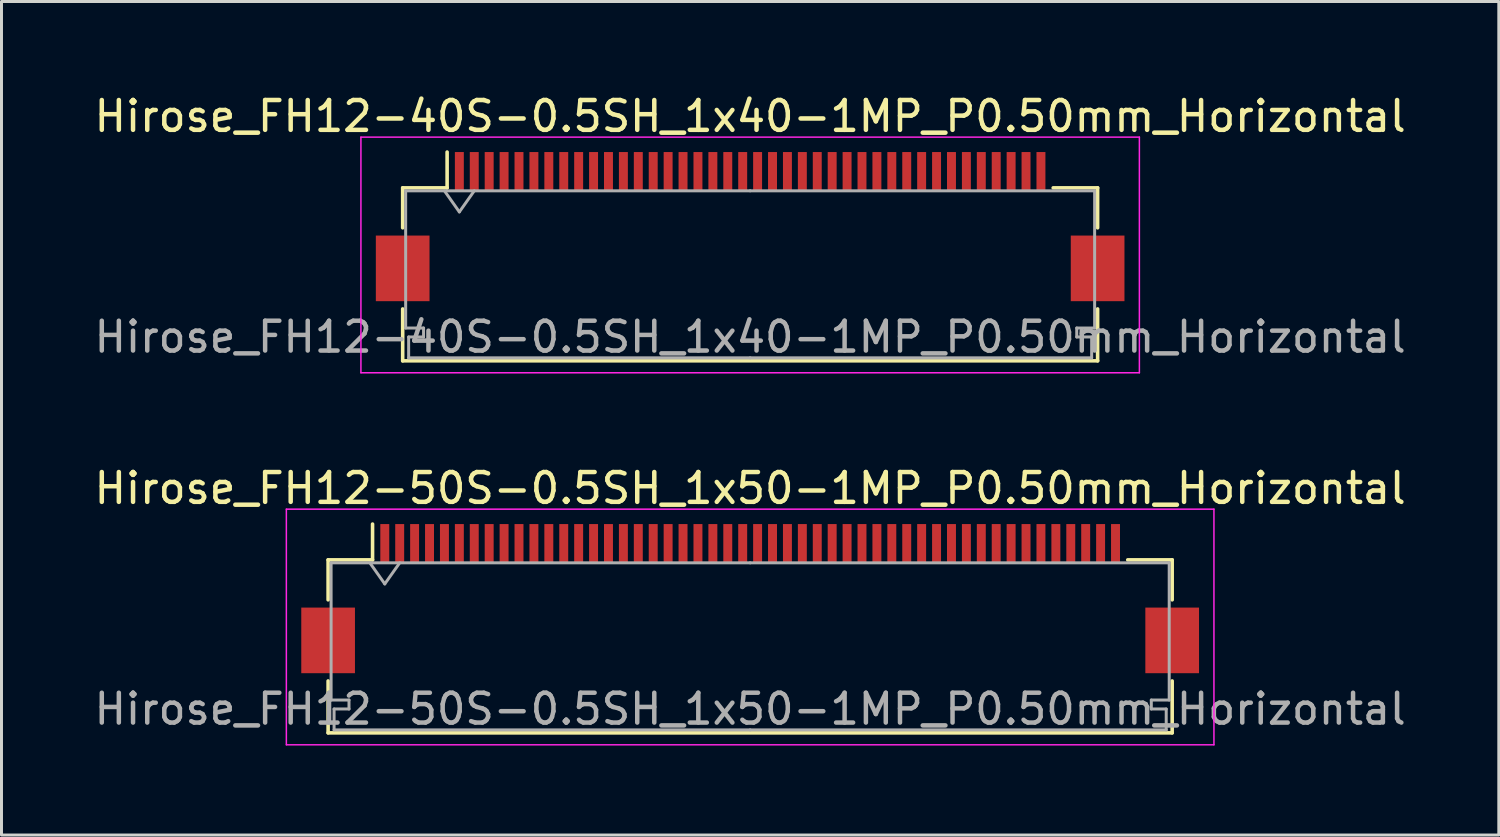
<source format=kicad_pcb>
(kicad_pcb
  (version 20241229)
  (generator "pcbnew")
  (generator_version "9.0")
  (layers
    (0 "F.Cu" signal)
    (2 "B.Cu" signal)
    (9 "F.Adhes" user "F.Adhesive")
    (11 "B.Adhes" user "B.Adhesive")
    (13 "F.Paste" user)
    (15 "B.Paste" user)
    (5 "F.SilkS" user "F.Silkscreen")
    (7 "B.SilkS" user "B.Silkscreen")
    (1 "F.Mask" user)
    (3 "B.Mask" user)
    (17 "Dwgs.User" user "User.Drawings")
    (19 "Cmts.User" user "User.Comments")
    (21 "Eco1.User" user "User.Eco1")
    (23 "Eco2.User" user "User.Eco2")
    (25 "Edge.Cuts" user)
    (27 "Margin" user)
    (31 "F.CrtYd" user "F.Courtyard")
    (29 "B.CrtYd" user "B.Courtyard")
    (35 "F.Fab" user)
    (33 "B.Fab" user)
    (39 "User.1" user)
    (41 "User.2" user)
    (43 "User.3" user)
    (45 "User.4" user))
  (footprint "Hirose_FH12-50S-0.5SH_1x50-1MP_P0.50mm_Horizontal"
    (layer "F.Cu")
    (at 22.101 17.021)
    (property "Reference" "Hirose_FH12-50S-0.5SH_1x50-1MP_P0.50mm_Horizontal" (at 0 -3.7 0) (layer "F.SilkS") (effects (font (size 1 1) (thickness 0.15))))
    (attr smd)
    (fp_line (start -14.15 -1.3) (end -14.15 0.04) (stroke (width 0.12) (type solid)) (layer "F.SilkS"))
    (fp_line (start -14.15 2.76) (end -14.15 4.5) (stroke (width 0.12) (type solid)) (layer "F.SilkS"))
    (fp_line (start -14.15 4.5) (end 14.15 4.5) (stroke (width 0.12) (type solid)) (layer "F.SilkS"))
    (fp_line (start -12.66 -1.3) (end -14.15 -1.3) (stroke (width 0.12) (type solid)) (layer "F.SilkS"))
    (fp_line (start -12.66 -1.3) (end -12.66 -2.5) (stroke (width 0.12) (type solid)) (layer "F.SilkS"))
    (fp_line (start 12.66 -1.3) (end 14.15 -1.3) (stroke (width 0.12) (type solid)) (layer "F.SilkS"))
    (fp_line (start 14.15 -1.3) (end 14.15 0.04) (stroke (width 0.12) (type solid)) (layer "F.SilkS"))
    (fp_line (start 14.15 4.5) (end 14.15 2.76) (stroke (width 0.12) (type solid)) (layer "F.SilkS"))
    (fp_line (start -15.55 -3) (end -15.55 4.9) (stroke (width 0.05) (type solid)) (layer "F.CrtYd"))
    (fp_line (start -15.55 4.9) (end 15.55 4.9) (stroke (width 0.05) (type solid)) (layer "F.CrtYd"))
    (fp_line (start 15.55 -3) (end -15.55 -3) (stroke (width 0.05) (type solid)) (layer "F.CrtYd"))
    (fp_line (start 15.55 4.9) (end 15.55 -3) (stroke (width 0.05) (type solid)) (layer "F.CrtYd"))
    (fp_line (start -14.05 -1.2) (end -14.05 3.4) (stroke (width 0.1) (type solid)) (layer "F.Fab"))
    (fp_line (start -14.05 3.4) (end -13.45 3.4) (stroke (width 0.1) (type solid)) (layer "F.Fab"))
    (fp_line (start -13.95 3.7) (end -13.95 4.4) (stroke (width 0.1) (type solid)) (layer "F.Fab"))
    (fp_line (start -13.95 4.4) (end 0 4.4) (stroke (width 0.1) (type solid)) (layer "F.Fab"))
    (fp_line (start -13.45 3.4) (end -13.45 3.7) (stroke (width 0.1) (type solid)) (layer "F.Fab"))
    (fp_line (start -13.45 3.7) (end -13.95 3.7) (stroke (width 0.1) (type solid)) (layer "F.Fab"))
    (fp_line (start -12.75 -1.2) (end -12.25 -0.493) (stroke (width 0.1) (type solid)) (layer "F.Fab"))
    (fp_line (start -12.25 -0.493) (end -11.75 -1.2) (stroke (width 0.1) (type solid)) (layer "F.Fab"))
    (fp_line (start 0 -1.2) (end -14.05 -1.2) (stroke (width 0.1) (type solid)) (layer "F.Fab"))
    (fp_line (start 0 -1.2) (end 14.05 -1.2) (stroke (width 0.1) (type solid)) (layer "F.Fab"))
    (fp_line (start 13.45 3.4) (end 13.45 3.7) (stroke (width 0.1) (type solid)) (layer "F.Fab"))
    (fp_line (start 13.45 3.7) (end 13.95 3.7) (stroke (width 0.1) (type solid)) (layer "F.Fab"))
    (fp_line (start 13.95 3.7) (end 13.95 4.4) (stroke (width 0.1) (type solid)) (layer "F.Fab"))
    (fp_line (start 13.95 4.4) (end 0 4.4) (stroke (width 0.1) (type solid)) (layer "F.Fab"))
    (fp_line (start 14.05 -1.2) (end 14.05 3.4) (stroke (width 0.1) (type solid)) (layer "F.Fab"))
    (fp_line (start 14.05 3.4) (end 13.45 3.4) (stroke (width 0.1) (type solid)) (layer "F.Fab"))
    (fp_text user "${REFERENCE}" (at 0 3.7 0) (layer "F.Fab") (effects (font (size 1 1) (thickness 0.15))))
    (pad "1" smd rect (at -12.25 -1.85) (size 0.3 1.3) (layers "F.Cu" "F.Mask" "F.Paste"))
    (pad "2" smd rect (at -11.75 -1.85) (size 0.3 1.3) (layers "F.Cu" "F.Mask" "F.Paste"))
    (pad "3" smd rect (at -11.25 -1.85) (size 0.3 1.3) (layers "F.Cu" "F.Mask" "F.Paste"))
    (pad "4" smd rect (at -10.75 -1.85) (size 0.3 1.3) (layers "F.Cu" "F.Mask" "F.Paste"))
    (pad "5" smd rect (at -10.25 -1.85) (size 0.3 1.3) (layers "F.Cu" "F.Mask" "F.Paste"))
    (pad "6" smd rect (at -9.75 -1.85) (size 0.3 1.3) (layers "F.Cu" "F.Mask" "F.Paste"))
    (pad "7" smd rect (at -9.25 -1.85) (size 0.3 1.3) (layers "F.Cu" "F.Mask" "F.Paste"))
    (pad "8" smd rect (at -8.75 -1.85) (size 0.3 1.3) (layers "F.Cu" "F.Mask" "F.Paste"))
    (pad "9" smd rect (at -8.25 -1.85) (size 0.3 1.3) (layers "F.Cu" "F.Mask" "F.Paste"))
    (pad "10" smd rect (at -7.75 -1.85) (size 0.3 1.3) (layers "F.Cu" "F.Mask" "F.Paste"))
    (pad "11" smd rect (at -7.25 -1.85) (size 0.3 1.3) (layers "F.Cu" "F.Mask" "F.Paste"))
    (pad "12" smd rect (at -6.75 -1.85) (size 0.3 1.3) (layers "F.Cu" "F.Mask" "F.Paste"))
    (pad "13" smd rect (at -6.25 -1.85) (size 0.3 1.3) (layers "F.Cu" "F.Mask" "F.Paste"))
    (pad "14" smd rect (at -5.75 -1.85) (size 0.3 1.3) (layers "F.Cu" "F.Mask" "F.Paste"))
    (pad "15" smd rect (at -5.25 -1.85) (size 0.3 1.3) (layers "F.Cu" "F.Mask" "F.Paste"))
    (pad "16" smd rect (at -4.75 -1.85) (size 0.3 1.3) (layers "F.Cu" "F.Mask" "F.Paste"))
    (pad "17" smd rect (at -4.25 -1.85) (size 0.3 1.3) (layers "F.Cu" "F.Mask" "F.Paste"))
    (pad "18" smd rect (at -3.75 -1.85) (size 0.3 1.3) (layers "F.Cu" "F.Mask" "F.Paste"))
    (pad "19" smd rect (at -3.25 -1.85) (size 0.3 1.3) (layers "F.Cu" "F.Mask" "F.Paste"))
    (pad "20" smd rect (at -2.75 -1.85) (size 0.3 1.3) (layers "F.Cu" "F.Mask" "F.Paste"))
    (pad "21" smd rect (at -2.25 -1.85) (size 0.3 1.3) (layers "F.Cu" "F.Mask" "F.Paste"))
    (pad "22" smd rect (at -1.75 -1.85) (size 0.3 1.3) (layers "F.Cu" "F.Mask" "F.Paste"))
    (pad "23" smd rect (at -1.25 -1.85) (size 0.3 1.3) (layers "F.Cu" "F.Mask" "F.Paste"))
    (pad "24" smd rect (at -0.75 -1.85) (size 0.3 1.3) (layers "F.Cu" "F.Mask" "F.Paste"))
    (pad "25" smd rect (at -0.25 -1.85) (size 0.3 1.3) (layers "F.Cu" "F.Mask" "F.Paste"))
    (pad "26" smd rect (at 0.25 -1.85) (size 0.3 1.3) (layers "F.Cu" "F.Mask" "F.Paste"))
    (pad "27" smd rect (at 0.75 -1.85) (size 0.3 1.3) (layers "F.Cu" "F.Mask" "F.Paste"))
    (pad "28" smd rect (at 1.25 -1.85) (size 0.3 1.3) (layers "F.Cu" "F.Mask" "F.Paste"))
    (pad "29" smd rect (at 1.75 -1.85) (size 0.3 1.3) (layers "F.Cu" "F.Mask" "F.Paste"))
    (pad "30" smd rect (at 2.25 -1.85) (size 0.3 1.3) (layers "F.Cu" "F.Mask" "F.Paste"))
    (pad "31" smd rect (at 2.75 -1.85) (size 0.3 1.3) (layers "F.Cu" "F.Mask" "F.Paste"))
    (pad "32" smd rect (at 3.25 -1.85) (size 0.3 1.3) (layers "F.Cu" "F.Mask" "F.Paste"))
    (pad "33" smd rect (at 3.75 -1.85) (size 0.3 1.3) (layers "F.Cu" "F.Mask" "F.Paste"))
    (pad "34" smd rect (at 4.25 -1.85) (size 0.3 1.3) (layers "F.Cu" "F.Mask" "F.Paste"))
    (pad "35" smd rect (at 4.75 -1.85) (size 0.3 1.3) (layers "F.Cu" "F.Mask" "F.Paste"))
    (pad "36" smd rect (at 5.25 -1.85) (size 0.3 1.3) (layers "F.Cu" "F.Mask" "F.Paste"))
    (pad "37" smd rect (at 5.75 -1.85) (size 0.3 1.3) (layers "F.Cu" "F.Mask" "F.Paste"))
    (pad "38" smd rect (at 6.25 -1.85) (size 0.3 1.3) (layers "F.Cu" "F.Mask" "F.Paste"))
    (pad "39" smd rect (at 6.75 -1.85) (size 0.3 1.3) (layers "F.Cu" "F.Mask" "F.Paste"))
    (pad "40" smd rect (at 7.25 -1.85) (size 0.3 1.3) (layers "F.Cu" "F.Mask" "F.Paste"))
    (pad "41" smd rect (at 7.75 -1.85) (size 0.3 1.3) (layers "F.Cu" "F.Mask" "F.Paste"))
    (pad "42" smd rect (at 8.25 -1.85) (size 0.3 1.3) (layers "F.Cu" "F.Mask" "F.Paste"))
    (pad "43" smd rect (at 8.75 -1.85) (size 0.3 1.3) (layers "F.Cu" "F.Mask" "F.Paste"))
    (pad "44" smd rect (at 9.25 -1.85) (size 0.3 1.3) (layers "F.Cu" "F.Mask" "F.Paste"))
    (pad "45" smd rect (at 9.75 -1.85) (size 0.3 1.3) (layers "F.Cu" "F.Mask" "F.Paste"))
    (pad "46" smd rect (at 10.25 -1.85) (size 0.3 1.3) (layers "F.Cu" "F.Mask" "F.Paste"))
    (pad "47" smd rect (at 10.75 -1.85) (size 0.3 1.3) (layers "F.Cu" "F.Mask" "F.Paste"))
    (pad "48" smd rect (at 11.25 -1.85) (size 0.3 1.3) (layers "F.Cu" "F.Mask" "F.Paste"))
    (pad "49" smd rect (at 11.75 -1.85) (size 0.3 1.3) (layers "F.Cu" "F.Mask" "F.Paste"))
    (pad "50" smd rect (at 12.25 -1.85) (size 0.3 1.3) (layers "F.Cu" "F.Mask" "F.Paste"))
    (pad "MP" smd rect (at -14.15 1.4) (size 1.8 2.2) (layers "F.Cu" "F.Mask" "F.Paste"))
    (pad "MP" smd rect (at 14.15 1.4) (size 1.8 2.2) (layers "F.Cu" "F.Mask" "F.Paste")))
  (footprint "Hirose_FH12-40S-0.5SH_1x40-1MP_P0.50mm_Horizontal"
    (layer "F.Cu")
    (at 22.101 4.548)
    (property "Reference" "Hirose_FH12-40S-0.5SH_1x40-1MP_P0.50mm_Horizontal" (at 0 -3.7 0) (layer "F.SilkS") (effects (font (size 1 1) (thickness 0.15))))
    (attr smd)
    (fp_line (start -11.65 -1.3) (end -11.65 0.04) (stroke (width 0.12) (type solid)) (layer "F.SilkS"))
    (fp_line (start -11.65 2.76) (end -11.65 4.5) (stroke (width 0.12) (type solid)) (layer "F.SilkS"))
    (fp_line (start -11.65 4.5) (end 11.65 4.5) (stroke (width 0.12) (type solid)) (layer "F.SilkS"))
    (fp_line (start -10.16 -1.3) (end -11.65 -1.3) (stroke (width 0.12) (type solid)) (layer "F.SilkS"))
    (fp_line (start -10.16 -1.3) (end -10.16 -2.5) (stroke (width 0.12) (type solid)) (layer "F.SilkS"))
    (fp_line (start 10.16 -1.3) (end 11.65 -1.3) (stroke (width 0.12) (type solid)) (layer "F.SilkS"))
    (fp_line (start 11.65 -1.3) (end 11.65 0.04) (stroke (width 0.12) (type solid)) (layer "F.SilkS"))
    (fp_line (start 11.65 4.5) (end 11.65 2.76) (stroke (width 0.12) (type solid)) (layer "F.SilkS"))
    (fp_line (start -13.05 -3) (end -13.05 4.9) (stroke (width 0.05) (type solid)) (layer "F.CrtYd"))
    (fp_line (start -13.05 4.9) (end 13.05 4.9) (stroke (width 0.05) (type solid)) (layer "F.CrtYd"))
    (fp_line (start 13.05 -3) (end -13.05 -3) (stroke (width 0.05) (type solid)) (layer "F.CrtYd"))
    (fp_line (start 13.05 4.9) (end 13.05 -3) (stroke (width 0.05) (type solid)) (layer "F.CrtYd"))
    (fp_line (start -11.55 -1.2) (end -11.55 3.4) (stroke (width 0.1) (type solid)) (layer "F.Fab"))
    (fp_line (start -11.55 3.4) (end -10.95 3.4) (stroke (width 0.1) (type solid)) (layer "F.Fab"))
    (fp_line (start -11.45 3.7) (end -11.45 4.4) (stroke (width 0.1) (type solid)) (layer "F.Fab"))
    (fp_line (start -11.45 4.4) (end 0 4.4) (stroke (width 0.1) (type solid)) (layer "F.Fab"))
    (fp_line (start -10.95 3.4) (end -10.95 3.7) (stroke (width 0.1) (type solid)) (layer "F.Fab"))
    (fp_line (start -10.95 3.7) (end -11.45 3.7) (stroke (width 0.1) (type solid)) (layer "F.Fab"))
    (fp_line (start -10.25 -1.2) (end -9.75 -0.493) (stroke (width 0.1) (type solid)) (layer "F.Fab"))
    (fp_line (start -9.75 -0.493) (end -9.25 -1.2) (stroke (width 0.1) (type solid)) (layer "F.Fab"))
    (fp_line (start 0 -1.2) (end -11.55 -1.2) (stroke (width 0.1) (type solid)) (layer "F.Fab"))
    (fp_line (start 0 -1.2) (end 11.55 -1.2) (stroke (width 0.1) (type solid)) (layer "F.Fab"))
    (fp_line (start 10.95 3.4) (end 10.95 3.7) (stroke (width 0.1) (type solid)) (layer "F.Fab"))
    (fp_line (start 10.95 3.7) (end 11.45 3.7) (stroke (width 0.1) (type solid)) (layer "F.Fab"))
    (fp_line (start 11.45 3.7) (end 11.45 4.4) (stroke (width 0.1) (type solid)) (layer "F.Fab"))
    (fp_line (start 11.45 4.4) (end 0 4.4) (stroke (width 0.1) (type solid)) (layer "F.Fab"))
    (fp_line (start 11.55 -1.2) (end 11.55 3.4) (stroke (width 0.1) (type solid)) (layer "F.Fab"))
    (fp_line (start 11.55 3.4) (end 10.95 3.4) (stroke (width 0.1) (type solid)) (layer "F.Fab"))
    (fp_text user "${REFERENCE}" (at 0 3.7 0) (layer "F.Fab") (effects (font (size 1 1) (thickness 0.15))))
    (pad "1" smd rect (at -9.75 -1.85) (size 0.3 1.3) (layers "F.Cu" "F.Mask" "F.Paste"))
    (pad "2" smd rect (at -9.25 -1.85) (size 0.3 1.3) (layers "F.Cu" "F.Mask" "F.Paste"))
    (pad "3" smd rect (at -8.75 -1.85) (size 0.3 1.3) (layers "F.Cu" "F.Mask" "F.Paste"))
    (pad "4" smd rect (at -8.25 -1.85) (size 0.3 1.3) (layers "F.Cu" "F.Mask" "F.Paste"))
    (pad "5" smd rect (at -7.75 -1.85) (size 0.3 1.3) (layers "F.Cu" "F.Mask" "F.Paste"))
    (pad "6" smd rect (at -7.25 -1.85) (size 0.3 1.3) (layers "F.Cu" "F.Mask" "F.Paste"))
    (pad "7" smd rect (at -6.75 -1.85) (size 0.3 1.3) (layers "F.Cu" "F.Mask" "F.Paste"))
    (pad "8" smd rect (at -6.25 -1.85) (size 0.3 1.3) (layers "F.Cu" "F.Mask" "F.Paste"))
    (pad "9" smd rect (at -5.75 -1.85) (size 0.3 1.3) (layers "F.Cu" "F.Mask" "F.Paste"))
    (pad "10" smd rect (at -5.25 -1.85) (size 0.3 1.3) (layers "F.Cu" "F.Mask" "F.Paste"))
    (pad "11" smd rect (at -4.75 -1.85) (size 0.3 1.3) (layers "F.Cu" "F.Mask" "F.Paste"))
    (pad "12" smd rect (at -4.25 -1.85) (size 0.3 1.3) (layers "F.Cu" "F.Mask" "F.Paste"))
    (pad "13" smd rect (at -3.75 -1.85) (size 0.3 1.3) (layers "F.Cu" "F.Mask" "F.Paste"))
    (pad "14" smd rect (at -3.25 -1.85) (size 0.3 1.3) (layers "F.Cu" "F.Mask" "F.Paste"))
    (pad "15" smd rect (at -2.75 -1.85) (size 0.3 1.3) (layers "F.Cu" "F.Mask" "F.Paste"))
    (pad "16" smd rect (at -2.25 -1.85) (size 0.3 1.3) (layers "F.Cu" "F.Mask" "F.Paste"))
    (pad "17" smd rect (at -1.75 -1.85) (size 0.3 1.3) (layers "F.Cu" "F.Mask" "F.Paste"))
    (pad "18" smd rect (at -1.25 -1.85) (size 0.3 1.3) (layers "F.Cu" "F.Mask" "F.Paste"))
    (pad "19" smd rect (at -0.75 -1.85) (size 0.3 1.3) (layers "F.Cu" "F.Mask" "F.Paste"))
    (pad "20" smd rect (at -0.25 -1.85) (size 0.3 1.3) (layers "F.Cu" "F.Mask" "F.Paste"))
    (pad "21" smd rect (at 0.25 -1.85) (size 0.3 1.3) (layers "F.Cu" "F.Mask" "F.Paste"))
    (pad "22" smd rect (at 0.75 -1.85) (size 0.3 1.3) (layers "F.Cu" "F.Mask" "F.Paste"))
    (pad "23" smd rect (at 1.25 -1.85) (size 0.3 1.3) (layers "F.Cu" "F.Mask" "F.Paste"))
    (pad "24" smd rect (at 1.75 -1.85) (size 0.3 1.3) (layers "F.Cu" "F.Mask" "F.Paste"))
    (pad "25" smd rect (at 2.25 -1.85) (size 0.3 1.3) (layers "F.Cu" "F.Mask" "F.Paste"))
    (pad "26" smd rect (at 2.75 -1.85) (size 0.3 1.3) (layers "F.Cu" "F.Mask" "F.Paste"))
    (pad "27" smd rect (at 3.25 -1.85) (size 0.3 1.3) (layers "F.Cu" "F.Mask" "F.Paste"))
    (pad "28" smd rect (at 3.75 -1.85) (size 0.3 1.3) (layers "F.Cu" "F.Mask" "F.Paste"))
    (pad "29" smd rect (at 4.25 -1.85) (size 0.3 1.3) (layers "F.Cu" "F.Mask" "F.Paste"))
    (pad "30" smd rect (at 4.75 -1.85) (size 0.3 1.3) (layers "F.Cu" "F.Mask" "F.Paste"))
    (pad "31" smd rect (at 5.25 -1.85) (size 0.3 1.3) (layers "F.Cu" "F.Mask" "F.Paste"))
    (pad "32" smd rect (at 5.75 -1.85) (size 0.3 1.3) (layers "F.Cu" "F.Mask" "F.Paste"))
    (pad "33" smd rect (at 6.25 -1.85) (size 0.3 1.3) (layers "F.Cu" "F.Mask" "F.Paste"))
    (pad "34" smd rect (at 6.75 -1.85) (size 0.3 1.3) (layers "F.Cu" "F.Mask" "F.Paste"))
    (pad "35" smd rect (at 7.25 -1.85) (size 0.3 1.3) (layers "F.Cu" "F.Mask" "F.Paste"))
    (pad "36" smd rect (at 7.75 -1.85) (size 0.3 1.3) (layers "F.Cu" "F.Mask" "F.Paste"))
    (pad "37" smd rect (at 8.25 -1.85) (size 0.3 1.3) (layers "F.Cu" "F.Mask" "F.Paste"))
    (pad "38" smd rect (at 8.75 -1.85) (size 0.3 1.3) (layers "F.Cu" "F.Mask" "F.Paste"))
    (pad "39" smd rect (at 9.25 -1.85) (size 0.3 1.3) (layers "F.Cu" "F.Mask" "F.Paste"))
    (pad "40" smd rect (at 9.75 -1.85) (size 0.3 1.3) (layers "F.Cu" "F.Mask" "F.Paste"))
    (pad "MP" smd rect (at -11.65 1.4) (size 1.8 2.2) (layers "F.Cu" "F.Mask" "F.Paste"))
    (pad "MP" smd rect (at 11.65 1.4) (size 1.8 2.2) (layers "F.Cu" "F.Mask" "F.Paste")))
  (gr_rect
    (start -3 -3)
    (end 47.202 24.947)
    (stroke (width 0.1) (type default))
    (fill no)
    (layer "Edge.Cuts")))
</source>
